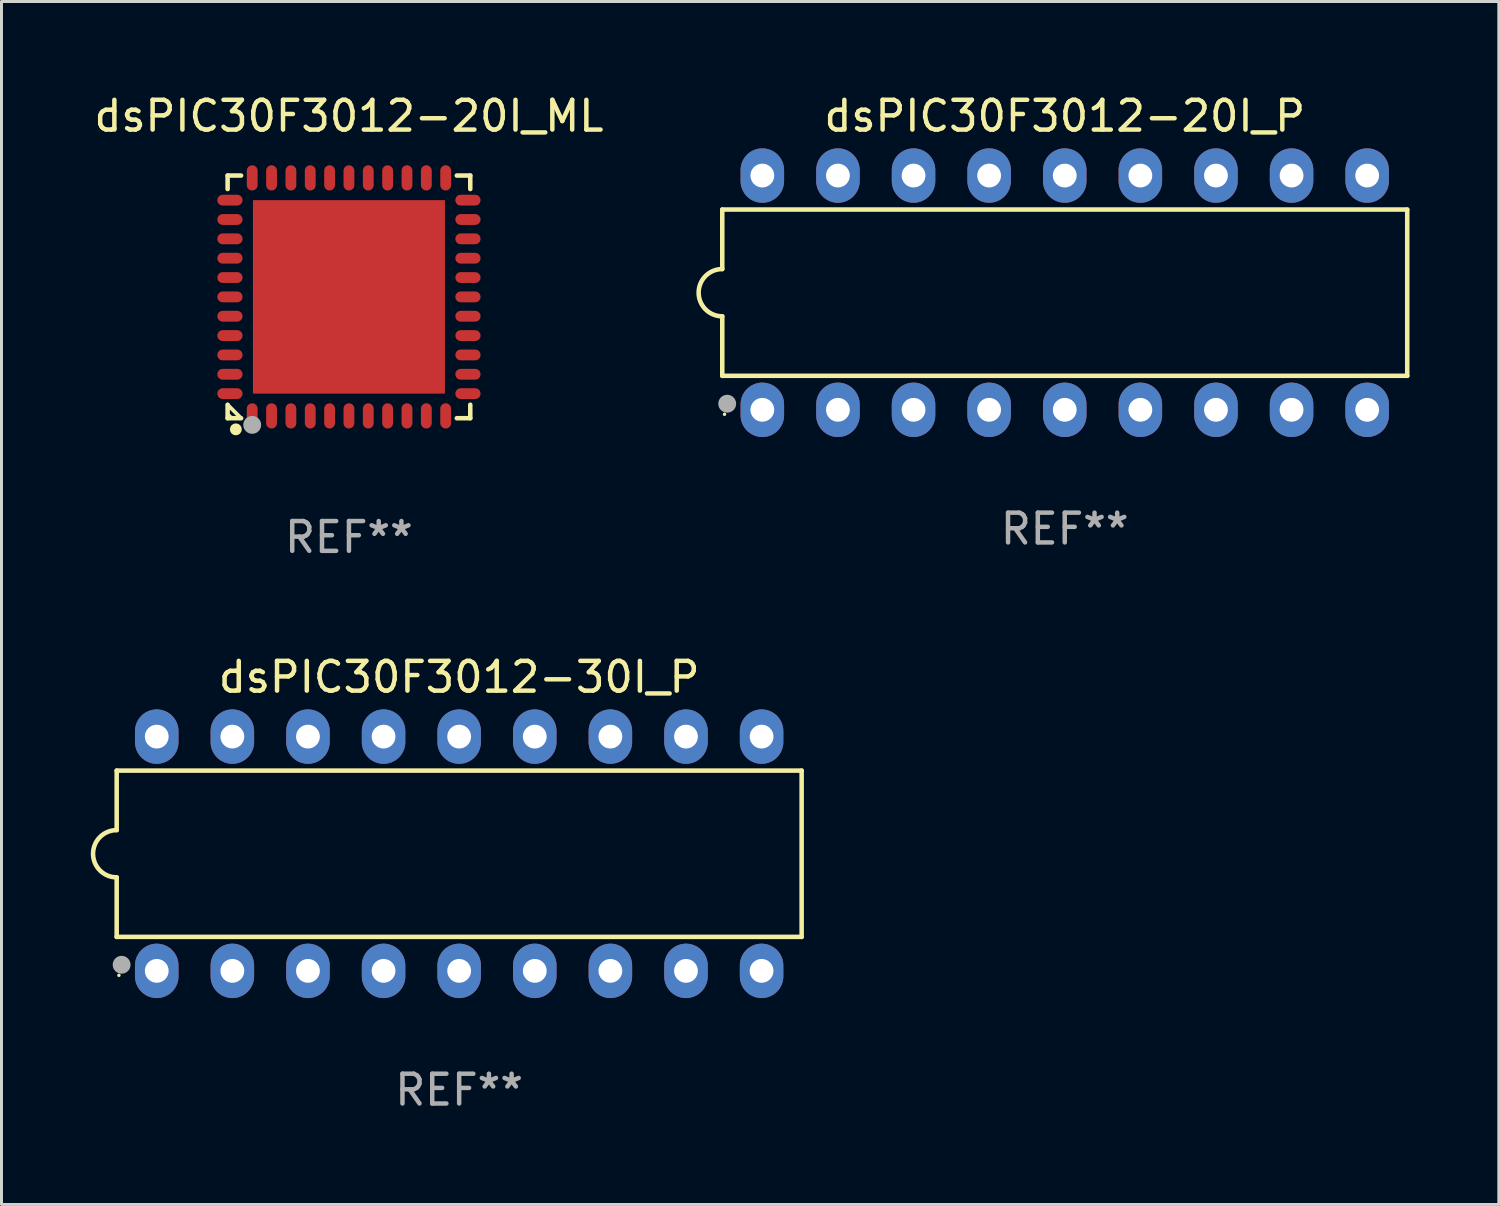
<source format=kicad_pcb>
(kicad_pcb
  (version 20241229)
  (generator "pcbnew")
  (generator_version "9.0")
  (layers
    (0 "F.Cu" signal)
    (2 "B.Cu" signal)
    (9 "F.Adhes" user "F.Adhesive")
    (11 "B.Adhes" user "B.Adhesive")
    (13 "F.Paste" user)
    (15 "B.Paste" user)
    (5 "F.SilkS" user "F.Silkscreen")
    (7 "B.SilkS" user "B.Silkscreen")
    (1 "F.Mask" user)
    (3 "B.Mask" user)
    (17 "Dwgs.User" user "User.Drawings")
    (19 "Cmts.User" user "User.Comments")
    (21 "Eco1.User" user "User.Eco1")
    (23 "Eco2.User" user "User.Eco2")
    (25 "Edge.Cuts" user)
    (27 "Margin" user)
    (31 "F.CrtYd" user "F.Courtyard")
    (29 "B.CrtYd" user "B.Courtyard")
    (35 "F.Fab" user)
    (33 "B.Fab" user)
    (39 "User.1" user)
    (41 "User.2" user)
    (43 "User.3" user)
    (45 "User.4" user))
  (footprint "dsPIC30F3012-20I_ML"
    (layer "F.Cu")
    (at 8.673 6.924)
    (property "Reference" "dsPIC30F3012-20I_ML" (at 0 -6.076 0) (layer "F.SilkS") (effects (font (size 1 1) (thickness 0.15))))
    (attr through_hole)
    (fp_line (start -4.076 -4.076) (end -3.623 -4.076) (stroke (width 0.152) (type solid)) (layer "F.SilkS"))
    (fp_line (start -4.076 -3.623) (end -4.076 -4.076) (stroke (width 0.152) (type solid)) (layer "F.SilkS"))
    (fp_line (start -4.076 3.623) (end -4.076 4.076) (stroke (width 0.152) (type solid)) (layer "F.SilkS"))
    (fp_line (start -4.076 4.076) (end -3.623 4.076) (stroke (width 0.152) (type solid)) (layer "F.SilkS"))
    (fp_line (start -3.623 4.076) (end -4.076 3.623) (stroke (width 0.127) (type solid)) (layer "F.SilkS"))
    (fp_line (start 4.076 -4.076) (end 3.623 -4.076) (stroke (width 0.152) (type solid)) (layer "F.SilkS"))
    (fp_line (start 4.076 -3.623) (end 4.076 -4.076) (stroke (width 0.152) (type solid)) (layer "F.SilkS"))
    (fp_line (start 4.076 3.623) (end 4.076 4.076) (stroke (width 0.152) (type solid)) (layer "F.SilkS"))
    (fp_line (start 4.076 4.076) (end 3.623 4.076) (stroke (width 0.152) (type solid)) (layer "F.SilkS"))
    (fp_circle (center -4 4) (end -3.97 4) (stroke (width 0.06) (type solid)) (fill no) (layer "F.SilkS"))
    (fp_circle (center -3.8 4.45) (end -3.7 4.45) (stroke (width 0.2) (type solid)) (fill no) (layer "F.SilkS"))
    (fp_circle (center -3.25 4.3) (end -3.1 4.3) (stroke (width 0.3) (type solid)) (fill no) (layer "F.Fab"))
    (fp_text user "REF**" (at 0 8.076 0) (layer "F.Fab") (effects (font (size 1 1) (thickness 0.15))))
    (pad "1" smd oval (at -3.25 3.998) (size 0.364 0.847) (layers "F.Cu" "F.Mask" "F.Paste"))
    (pad "2" smd oval (at -2.6 3.998) (size 0.364 0.847) (layers "F.Cu" "F.Mask" "F.Paste"))
    (pad "3" smd oval (at -1.95 3.998) (size 0.364 0.847) (layers "F.Cu" "F.Mask" "F.Paste"))
    (pad "4" smd oval (at -1.3 3.998) (size 0.364 0.847) (layers "F.Cu" "F.Mask" "F.Paste"))
    (pad "5" smd oval (at -0.65 3.998) (size 0.364 0.847) (layers "F.Cu" "F.Mask" "F.Paste"))
    (pad "6" smd oval (at 0 3.998) (size 0.364 0.847) (layers "F.Cu" "F.Mask" "F.Paste"))
    (pad "7" smd oval (at 0.65 3.998) (size 0.364 0.847) (layers "F.Cu" "F.Mask" "F.Paste"))
    (pad "8" smd oval (at 1.3 3.998) (size 0.364 0.847) (layers "F.Cu" "F.Mask" "F.Paste"))
    (pad "9" smd oval (at 1.95 3.998) (size 0.364 0.847) (layers "F.Cu" "F.Mask" "F.Paste"))
    (pad "10" smd oval (at 2.6 3.998) (size 0.364 0.847) (layers "F.Cu" "F.Mask" "F.Paste"))
    (pad "11" smd oval (at 3.25 3.998) (size 0.364 0.847) (layers "F.Cu" "F.Mask" "F.Paste"))
    (pad "12" smd oval (at 3.998 3.25) (size 0.847 0.364) (layers "F.Cu" "F.Mask" "F.Paste"))
    (pad "13" smd oval (at 3.998 2.6) (size 0.847 0.364) (layers "F.Cu" "F.Mask" "F.Paste"))
    (pad "14" smd oval (at 3.998 1.95) (size 0.847 0.364) (layers "F.Cu" "F.Mask" "F.Paste"))
    (pad "15" smd oval (at 3.998 1.3) (size 0.847 0.364) (layers "F.Cu" "F.Mask" "F.Paste"))
    (pad "16" smd oval (at 3.998 0.65) (size 0.847 0.364) (layers "F.Cu" "F.Mask" "F.Paste"))
    (pad "17" smd oval (at 3.998 0) (size 0.847 0.364) (layers "F.Cu" "F.Mask" "F.Paste"))
    (pad "18" smd oval (at 3.998 -0.65) (size 0.847 0.364) (layers "F.Cu" "F.Mask" "F.Paste"))
    (pad "19" smd oval (at 3.998 -1.3) (size 0.847 0.364) (layers "F.Cu" "F.Mask" "F.Paste"))
    (pad "20" smd oval (at 3.998 -1.95) (size 0.847 0.364) (layers "F.Cu" "F.Mask" "F.Paste"))
    (pad "21" smd oval (at 3.998 -2.6) (size 0.847 0.364) (layers "F.Cu" "F.Mask" "F.Paste"))
    (pad "22" smd oval (at 3.998 -3.25) (size 0.847 0.364) (layers "F.Cu" "F.Mask" "F.Paste"))
    (pad "23" smd oval (at 3.25 -3.998) (size 0.364 0.847) (layers "F.Cu" "F.Mask" "F.Paste"))
    (pad "24" smd oval (at 2.6 -3.998) (size 0.364 0.847) (layers "F.Cu" "F.Mask" "F.Paste"))
    (pad "25" smd oval (at 1.95 -3.998) (size 0.364 0.847) (layers "F.Cu" "F.Mask" "F.Paste"))
    (pad "26" smd oval (at 1.3 -3.998) (size 0.364 0.847) (layers "F.Cu" "F.Mask" "F.Paste"))
    (pad "27" smd oval (at 0.65 -3.998) (size 0.364 0.847) (layers "F.Cu" "F.Mask" "F.Paste"))
    (pad "28" smd oval (at 0 -3.998) (size 0.364 0.847) (layers "F.Cu" "F.Mask" "F.Paste"))
    (pad "29" smd oval (at -0.65 -3.998) (size 0.364 0.847) (layers "F.Cu" "F.Mask" "F.Paste"))
    (pad "30" smd oval (at -1.3 -3.998) (size 0.364 0.847) (layers "F.Cu" "F.Mask" "F.Paste"))
    (pad "31" smd oval (at -1.95 -3.998) (size 0.364 0.847) (layers "F.Cu" "F.Mask" "F.Paste"))
    (pad "32" smd oval (at -2.6 -3.998) (size 0.364 0.847) (layers "F.Cu" "F.Mask" "F.Paste"))
    (pad "33" smd oval (at -3.25 -3.998) (size 0.364 0.847) (layers "F.Cu" "F.Mask" "F.Paste"))
    (pad "34" smd oval (at -3.998 -3.25) (size 0.847 0.364) (layers "F.Cu" "F.Mask" "F.Paste"))
    (pad "35" smd oval (at -3.998 -2.6) (size 0.847 0.364) (layers "F.Cu" "F.Mask" "F.Paste"))
    (pad "36" smd oval (at -3.998 -1.95) (size 0.847 0.364) (layers "F.Cu" "F.Mask" "F.Paste"))
    (pad "37" smd oval (at -3.998 -1.3) (size 0.847 0.364) (layers "F.Cu" "F.Mask" "F.Paste"))
    (pad "38" smd oval (at -3.998 -0.65) (size 0.847 0.364) (layers "F.Cu" "F.Mask" "F.Paste"))
    (pad "39" smd oval (at -3.998 0) (size 0.847 0.364) (layers "F.Cu" "F.Mask" "F.Paste"))
    (pad "40" smd oval (at -3.998 0.65) (size 0.847 0.364) (layers "F.Cu" "F.Mask" "F.Paste"))
    (pad "41" smd oval (at -3.998 1.3) (size 0.847 0.364) (layers "F.Cu" "F.Mask" "F.Paste"))
    (pad "42" smd oval (at -3.998 1.95) (size 0.847 0.364) (layers "F.Cu" "F.Mask" "F.Paste"))
    (pad "43" smd oval (at -3.998 2.6) (size 0.847 0.364) (layers "F.Cu" "F.Mask" "F.Paste"))
    (pad "44" smd oval (at -3.998 3.25) (size 0.847 0.364) (layers "F.Cu" "F.Mask" "F.Paste"))
    (pad "45" smd rect (at 0 0) (size 6.45 6.5) (layers "F.Cu" "F.Mask" "F.Paste")))
  (footprint "dsPIC30F3012-30I_P"
    (layer "F.Cu")
    (at 12.376 25.632)
    (property "Reference" "dsPIC30F3012-30I_P" (at 0 -5.935 0) (layer "F.SilkS") (effects (font (size 1 1) (thickness 0.15))))
    (attr through_hole)
    (fp_line (start -11.506 -2.793) (end -11.506 -0.794) (stroke (width 0.152) (type solid)) (layer "F.SilkS"))
    (fp_line (start -11.506 0.794) (end -11.506 2.793) (stroke (width 0.152) (type solid)) (layer "F.SilkS"))
    (fp_line (start -11.506 2.793) (end 11.506 2.793) (stroke (width 0.152) (type solid)) (layer "F.SilkS"))
    (fp_line (start 11.506 -2.793) (end -11.506 -2.793) (stroke (width 0.152) (type solid)) (layer "F.SilkS"))
    (fp_line (start 11.506 2.793) (end 11.506 -2.793) (stroke (width 0.152) (type solid)) (layer "F.SilkS"))
    (fp_arc (start -11.5062 0.793749) (mid -12.299949 0) (end -11.5062 -0.793749) (stroke (width 0.1524) (type solid)) (layer "F.SilkS"))
    (fp_circle (center -11.43 4.085) (end -11.4 4.085) (stroke (width 0.06) (type solid)) (fill no) (layer "F.SilkS"))
    (fp_circle (center -11.345 3.73) (end -11.175 3.73) (stroke (width 0.15) (type solid)) (fill no) (layer "F.SilkS"))
    (fp_circle (center -11.34 3.73) (end -11.19 3.73) (stroke (width 0.3) (type solid)) (fill no) (layer "F.Fab"))
    (fp_text user "REF**" (at 0 7.935 0) (layer "F.Fab") (effects (font (size 1 1) (thickness 0.15))))
    (pad "1" thru_hole oval (at -10.16 3.935) (size 1.462 1.828) (drill 0.8) (layers "*.Cu" "*.Mask"))
    (pad "2" thru_hole oval (at -7.62 3.935) (size 1.462 1.828) (drill 0.8) (layers "*.Cu" "*.Mask"))
    (pad "3" thru_hole oval (at -5.08 3.935) (size 1.462 1.828) (drill 0.8) (layers "*.Cu" "*.Mask"))
    (pad "4" thru_hole oval (at -2.54 3.935) (size 1.462 1.828) (drill 0.8) (layers "*.Cu" "*.Mask"))
    (pad "5" thru_hole oval (at 0 3.935) (size 1.462 1.828) (drill 0.8) (layers "*.Cu" "*.Mask"))
    (pad "6" thru_hole oval (at 2.54 3.935) (size 1.462 1.828) (drill 0.8) (layers "*.Cu" "*.Mask"))
    (pad "7" thru_hole oval (at 5.08 3.935) (size 1.462 1.828) (drill 0.8) (layers "*.Cu" "*.Mask"))
    (pad "8" thru_hole oval (at 7.62 3.935) (size 1.462 1.828) (drill 0.8) (layers "*.Cu" "*.Mask"))
    (pad "9" thru_hole oval (at 10.16 3.935) (size 1.462 1.828) (drill 0.8) (layers "*.Cu" "*.Mask"))
    (pad "10" thru_hole oval (at 10.16 -3.935) (size 1.462 1.828) (drill 0.8) (layers "*.Cu" "*.Mask"))
    (pad "11" thru_hole oval (at 7.62 -3.935) (size 1.462 1.828) (drill 0.8) (layers "*.Cu" "*.Mask"))
    (pad "12" thru_hole oval (at 5.08 -3.935) (size 1.462 1.828) (drill 0.8) (layers "*.Cu" "*.Mask"))
    (pad "13" thru_hole oval (at 2.54 -3.935) (size 1.462 1.828) (drill 0.8) (layers "*.Cu" "*.Mask"))
    (pad "14" thru_hole oval (at 0 -3.935) (size 1.462 1.828) (drill 0.8) (layers "*.Cu" "*.Mask"))
    (pad "15" thru_hole oval (at -2.54 -3.935) (size 1.462 1.828) (drill 0.8) (layers "*.Cu" "*.Mask"))
    (pad "16" thru_hole oval (at -5.08 -3.935) (size 1.462 1.828) (drill 0.8) (layers "*.Cu" "*.Mask"))
    (pad "17" thru_hole oval (at -7.62 -3.935) (size 1.462 1.828) (drill 0.8) (layers "*.Cu" "*.Mask"))
    (pad "18" thru_hole oval (at -10.16 -3.935) (size 1.462 1.828) (drill 0.8) (layers "*.Cu" "*.Mask")))
  (footprint "dsPIC30F3012-20I_P"
    (layer "F.Cu")
    (at 32.721 6.783)
    (property "Reference" "dsPIC30F3012-20I_P" (at 0 -5.935 0) (layer "F.SilkS") (effects (font (size 1 1) (thickness 0.15))))
    (attr through_hole)
    (fp_line (start -11.506 -2.793) (end -11.506 -0.794) (stroke (width 0.152) (type solid)) (layer "F.SilkS"))
    (fp_line (start -11.506 0.794) (end -11.506 2.793) (stroke (width 0.152) (type solid)) (layer "F.SilkS"))
    (fp_line (start -11.506 2.793) (end 11.506 2.793) (stroke (width 0.152) (type solid)) (layer "F.SilkS"))
    (fp_line (start 11.506 -2.793) (end -11.506 -2.793) (stroke (width 0.152) (type solid)) (layer "F.SilkS"))
    (fp_line (start 11.506 2.793) (end 11.506 -2.793) (stroke (width 0.152) (type solid)) (layer "F.SilkS"))
    (fp_arc (start -11.5062 0.793749) (mid -12.299949 0) (end -11.5062 -0.793749) (stroke (width 0.1524) (type solid)) (layer "F.SilkS"))
    (fp_circle (center -11.43 4.085) (end -11.4 4.085) (stroke (width 0.06) (type solid)) (fill no) (layer "F.SilkS"))
    (fp_circle (center -11.345 3.73) (end -11.175 3.73) (stroke (width 0.15) (type solid)) (fill no) (layer "F.SilkS"))
    (fp_circle (center -11.34 3.73) (end -11.19 3.73) (stroke (width 0.3) (type solid)) (fill no) (layer "F.Fab"))
    (fp_text user "REF**" (at 0 7.935 0) (layer "F.Fab") (effects (font (size 1 1) (thickness 0.15))))
    (pad "1" thru_hole oval (at -10.16 3.935) (size 1.462 1.828) (drill 0.8) (layers "*.Cu" "*.Mask"))
    (pad "2" thru_hole oval (at -7.62 3.935) (size 1.462 1.828) (drill 0.8) (layers "*.Cu" "*.Mask"))
    (pad "3" thru_hole oval (at -5.08 3.935) (size 1.462 1.828) (drill 0.8) (layers "*.Cu" "*.Mask"))
    (pad "4" thru_hole oval (at -2.54 3.935) (size 1.462 1.828) (drill 0.8) (layers "*.Cu" "*.Mask"))
    (pad "5" thru_hole oval (at 0 3.935) (size 1.462 1.828) (drill 0.8) (layers "*.Cu" "*.Mask"))
    (pad "6" thru_hole oval (at 2.54 3.935) (size 1.462 1.828) (drill 0.8) (layers "*.Cu" "*.Mask"))
    (pad "7" thru_hole oval (at 5.08 3.935) (size 1.462 1.828) (drill 0.8) (layers "*.Cu" "*.Mask"))
    (pad "8" thru_hole oval (at 7.62 3.935) (size 1.462 1.828) (drill 0.8) (layers "*.Cu" "*.Mask"))
    (pad "9" thru_hole oval (at 10.16 3.935) (size 1.462 1.828) (drill 0.8) (layers "*.Cu" "*.Mask"))
    (pad "10" thru_hole oval (at 10.16 -3.935) (size 1.462 1.828) (drill 0.8) (layers "*.Cu" "*.Mask"))
    (pad "11" thru_hole oval (at 7.62 -3.935) (size 1.462 1.828) (drill 0.8) (layers "*.Cu" "*.Mask"))
    (pad "12" thru_hole oval (at 5.08 -3.935) (size 1.462 1.828) (drill 0.8) (layers "*.Cu" "*.Mask"))
    (pad "13" thru_hole oval (at 2.54 -3.935) (size 1.462 1.828) (drill 0.8) (layers "*.Cu" "*.Mask"))
    (pad "14" thru_hole oval (at 0 -3.935) (size 1.462 1.828) (drill 0.8) (layers "*.Cu" "*.Mask"))
    (pad "15" thru_hole oval (at -2.54 -3.935) (size 1.462 1.828) (drill 0.8) (layers "*.Cu" "*.Mask"))
    (pad "16" thru_hole oval (at -5.08 -3.935) (size 1.462 1.828) (drill 0.8) (layers "*.Cu" "*.Mask"))
    (pad "17" thru_hole oval (at -7.62 -3.935) (size 1.462 1.828) (drill 0.8) (layers "*.Cu" "*.Mask"))
    (pad "18" thru_hole oval (at -10.16 -3.935) (size 1.462 1.828) (drill 0.8) (layers "*.Cu" "*.Mask")))
  (gr_rect
    (start -3 -3)
    (end 47.304 37.415)
    (stroke (width 0.1) (type default))
    (fill no)
    (layer "Edge.Cuts")))
</source>
